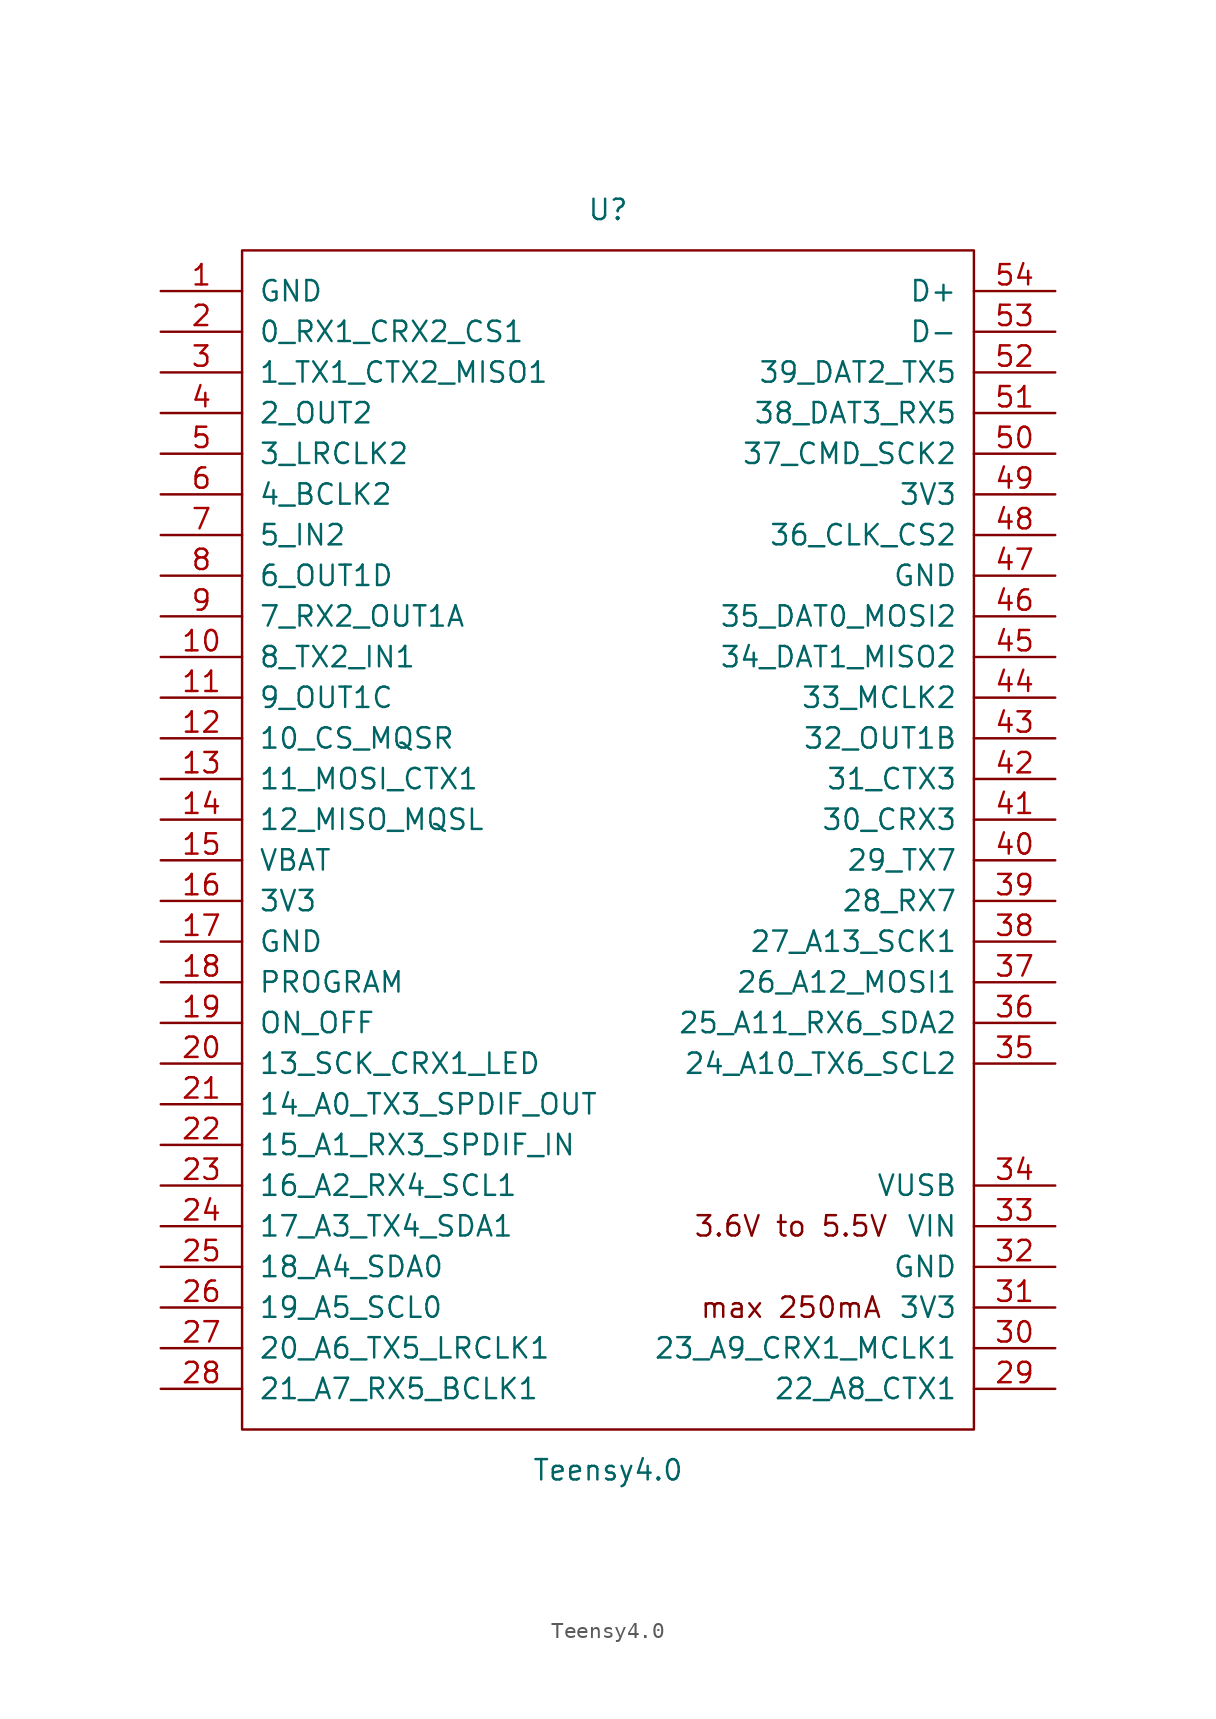
<source format=kicad_sym>
(kicad_symbol_lib
  (version 20220914)
  (generator kicad_symbol_editor)
  (symbol "Teensy4.0"
    (pin_names
      (offset 1.016))
    (property "Reference" "U"
      (at 0 39.37 0)
      (effects (font (size 1.27 1.27))))
    (property "Value" "Teensy4.0"
      (at 0 -39.37 0)
      (effects (font (size 1.27 1.27))))
    (symbol "Teensy4.0_0_0"
      (text "3.6V to 5.5V" (at 11.43 -24.13 0) (effects (font (size 1.27 1.27))))
      (text "max 250mA" (at 11.43 -29.21 0) (effects (font (size 1.27 1.27))))
      (pin bidirectional line (at -27.94 11.43 0) (length 5.08) (name "8_TX2_IN1" (effects (font (size 1.27 1.27)))) (number "10" (effects (font (size 1.27 1.27)))))
      (pin bidirectional line (at -27.94 8.89 0) (length 5.08) (name "9_OUT1C" (effects (font (size 1.27 1.27)))) (number "11" (effects (font (size 1.27 1.27)))))
      (pin bidirectional line (at -27.94 6.35 0) (length 5.08) (name "10_CS_MQSR" (effects (font (size 1.27 1.27)))) (number "12" (effects (font (size 1.27 1.27)))))
      (pin bidirectional line (at -27.94 3.81 0) (length 5.08) (name "11_MOSI_CTX1" (effects (font (size 1.27 1.27)))) (number "13" (effects (font (size 1.27 1.27)))))
      (pin bidirectional line (at -27.94 1.27 0) (length 5.08) (name "12_MISO_MQSL" (effects (font (size 1.27 1.27)))) (number "14" (effects (font (size 1.27 1.27)))))
      (pin power_in line (at -27.94 -1.27 0) (length 5.08) (name "VBAT" (effects (font (size 1.27 1.27)))) (number "15" (effects (font (size 1.27 1.27)))))
      (pin power_in line (at -27.94 -6.35 0) (length 5.08) (name "GND" (effects (font (size 1.27 1.27)))) (number "17" (effects (font (size 1.27 1.27)))))
      (pin input line (at -27.94 -8.89 0) (length 5.08) (name "PROGRAM" (effects (font (size 1.27 1.27)))) (number "18" (effects (font (size 1.27 1.27)))))
      (pin input line (at -27.94 -11.43 0) (length 5.08) (name "ON_OFF" (effects (font (size 1.27 1.27)))) (number "19" (effects (font (size 1.27 1.27)))))
      (pin bidirectional line (at -27.94 -13.97 0) (length 5.08) (name "13_SCK_CRX1_LED" (effects (font (size 1.27 1.27)))) (number "20" (effects (font (size 1.27 1.27)))))
      (pin bidirectional line (at -27.94 -16.51 0) (length 5.08) (name "14_A0_TX3_SPDIF_OUT" (effects (font (size 1.27 1.27)))) (number "21" (effects (font (size 1.27 1.27)))))
      (pin bidirectional line (at -27.94 -19.05 0) (length 5.08) (name "15_A1_RX3_SPDIF_IN" (effects (font (size 1.27 1.27)))) (number "22" (effects (font (size 1.27 1.27)))))
      (pin bidirectional line (at -27.94 -21.59 0) (length 5.08) (name "16_A2_RX4_SCL1" (effects (font (size 1.27 1.27)))) (number "23" (effects (font (size 1.27 1.27)))))
      (pin bidirectional line (at -27.94 -24.13 0) (length 5.08) (name "17_A3_TX4_SDA1" (effects (font (size 1.27 1.27)))) (number "24" (effects (font (size 1.27 1.27)))))
      (pin bidirectional line (at -27.94 -26.67 0) (length 5.08) (name "18_A4_SDA0" (effects (font (size 1.27 1.27)))) (number "25" (effects (font (size 1.27 1.27)))))
      (pin bidirectional line (at -27.94 -29.21 0) (length 5.08) (name "19_A5_SCL0" (effects (font (size 1.27 1.27)))) (number "26" (effects (font (size 1.27 1.27)))))
      (pin bidirectional line (at -27.94 -31.75 0) (length 5.08) (name "20_A6_TX5_LRCLK1" (effects (font (size 1.27 1.27)))) (number "27" (effects (font (size 1.27 1.27)))))
      (pin bidirectional line (at -27.94 -34.29 0) (length 5.08) (name "21_A7_RX5_BCLK1" (effects (font (size 1.27 1.27)))) (number "28" (effects (font (size 1.27 1.27)))))
      (pin bidirectional line (at 27.94 -34.29 180) (length 5.08) (name "22_A8_CTX1" (effects (font (size 1.27 1.27)))) (number "29" (effects (font (size 1.27 1.27)))))
      (pin bidirectional line (at 27.94 -31.75 180) (length 5.08) (name "23_A9_CRX1_MCLK1" (effects (font (size 1.27 1.27)))) (number "30" (effects (font (size 1.27 1.27)))))
      (pin power_in line (at 27.94 -26.67 180) (length 5.08) (name "GND" (effects (font (size 1.27 1.27)))) (number "32" (effects (font (size 1.27 1.27)))))
      (pin power_in line (at 27.94 -24.13 180) (length 5.08) (name "VIN" (effects (font (size 1.27 1.27)))) (number "33" (effects (font (size 1.27 1.27)))))
      (pin power_out line (at 27.94 -21.59 180) (length 5.08) (name "VUSB" (effects (font (size 1.27 1.27)))) (number "34" (effects (font (size 1.27 1.27)))))
      (pin bidirectional line (at 27.94 -13.97 180) (length 5.08) (name "24_A10_TX6_SCL2" (effects (font (size 1.27 1.27)))) (number "35" (effects (font (size 1.27 1.27)))))
      (pin bidirectional line (at 27.94 -11.43 180) (length 5.08) (name "25_A11_RX6_SDA2" (effects (font (size 1.27 1.27)))) (number "36" (effects (font (size 1.27 1.27)))))
      (pin bidirectional line (at 27.94 -8.89 180) (length 5.08) (name "26_A12_MOSI1" (effects (font (size 1.27 1.27)))) (number "37" (effects (font (size 1.27 1.27)))))
      (pin bidirectional line (at 27.94 -6.35 180) (length 5.08) (name "27_A13_SCK1" (effects (font (size 1.27 1.27)))) (number "38" (effects (font (size 1.27 1.27)))))
      (pin bidirectional line (at 27.94 -3.81 180) (length 5.08) (name "28_RX7" (effects (font (size 1.27 1.27)))) (number "39" (effects (font (size 1.27 1.27)))))
      (pin bidirectional line (at 27.94 -1.27 180) (length 5.08) (name "29_TX7" (effects (font (size 1.27 1.27)))) (number "40" (effects (font (size 1.27 1.27)))))
      (pin bidirectional line (at 27.94 1.27 180) (length 5.08) (name "30_CRX3" (effects (font (size 1.27 1.27)))) (number "41" (effects (font (size 1.27 1.27)))))
      (pin bidirectional line (at 27.94 3.81 180) (length 5.08) (name "31_CTX3" (effects (font (size 1.27 1.27)))) (number "42" (effects (font (size 1.27 1.27)))))
      (pin bidirectional line (at 27.94 6.35 180) (length 5.08) (name "32_OUT1B" (effects (font (size 1.27 1.27)))) (number "43" (effects (font (size 1.27 1.27)))))
      (pin bidirectional line (at 27.94 8.89 180) (length 5.08) (name "33_MCLK2" (effects (font (size 1.27 1.27)))) (number "44" (effects (font (size 1.27 1.27)))))
      (pin bidirectional line (at 27.94 11.43 180) (length 5.08) (name "34_DAT1_MISO2" (effects (font (size 1.27 1.27)))) (number "45" (effects (font (size 1.27 1.27)))))
      (pin bidirectional line (at 27.94 13.97 180) (length 5.08) (name "35_DAT0_MOSI2" (effects (font (size 1.27 1.27)))) (number "46" (effects (font (size 1.27 1.27)))))
      (pin power_out line (at 27.94 16.51 180) (length 5.08) (name "GND" (effects (font (size 1.27 1.27)))) (number "47" (effects (font (size 1.27 1.27)))))
      (pin bidirectional line (at 27.94 19.05 180) (length 5.08) (name "36_CLK_CS2" (effects (font (size 1.27 1.27)))) (number "48" (effects (font (size 1.27 1.27)))))
      (pin bidirectional line (at -27.94 24.13 0) (length 5.08) (name "3_LRCLK2" (effects (font (size 1.27 1.27)))) (number "5" (effects (font (size 1.27 1.27)))))
      (pin bidirectional line (at 27.94 24.13 180) (length 5.08) (name "37_CMD_SCK2" (effects (font (size 1.27 1.27)))) (number "50" (effects (font (size 1.27 1.27)))))
      (pin bidirectional line (at 27.94 26.67 180) (length 5.08) (name "38_DAT3_RX5" (effects (font (size 1.27 1.27)))) (number "51" (effects (font (size 1.27 1.27)))))
      (pin bidirectional line (at 27.94 29.21 180) (length 5.08) (name "39_DAT2_TX5" (effects (font (size 1.27 1.27)))) (number "52" (effects (font (size 1.27 1.27)))))
      (pin bidirectional line (at 27.94 31.75 180) (length 5.08) (name "D-" (effects (font (size 1.27 1.27)))) (number "53" (effects (font (size 1.27 1.27)))))
      (pin bidirectional line (at 27.94 34.29 180) (length 5.08) (name "D+" (effects (font (size 1.27 1.27)))) (number "54" (effects (font (size 1.27 1.27)))))
      (pin bidirectional line (at -27.94 21.59 0) (length 5.08) (name "4_BCLK2" (effects (font (size 1.27 1.27)))) (number "6" (effects (font (size 1.27 1.27)))))
      (pin bidirectional line (at -27.94 19.05 0) (length 5.08) (name "5_IN2" (effects (font (size 1.27 1.27)))) (number "7" (effects (font (size 1.27 1.27)))))
      (pin bidirectional line (at -27.94 16.51 0) (length 5.08) (name "6_OUT1D" (effects (font (size 1.27 1.27)))) (number "8" (effects (font (size 1.27 1.27)))))
      (pin bidirectional line (at -27.94 13.97 0) (length 5.08) (name "7_RX2_OUT1A" (effects (font (size 1.27 1.27)))) (number "9" (effects (font (size 1.27 1.27))))))
    (symbol "Teensy4.0_0_1"
      (rectangle (start -22.86 36.83) (end 22.86 -36.83) (stroke (width 0) (type solid)) (fill (type none)))
      (rectangle (start -20.32 -31.75) (end -20.32 -31.75) (stroke (width 0) (type solid)) (fill (type none))))
    (symbol "Teensy4.0_1_0"
      (pin passive line (at -27.94 -3.81 0) (length 5.08) (name "3V3" (effects (font (size 1.27 1.27)))) (number "16" (effects (font (size 1.27 1.27)))))
      (pin power_out line (at 27.94 -29.21 180) (length 5.08) (name "3V3" (effects (font (size 1.27 1.27)))) (number "31" (effects (font (size 1.27 1.27)))))
      (pin passive line (at 27.94 21.59 180) (length 5.08) (name "3V3" (effects (font (size 1.27 1.27)))) (number "49" (effects (font (size 1.27 1.27))))))
    (symbol "Teensy4.0_1_1"
      (pin power_in line (at -27.94 34.29 0) (length 5.08) (name "GND" (effects (font (size 1.27 1.27)))) (number "1" (effects (font (size 1.27 1.27)))))
      (pin bidirectional line (at -27.94 31.75 0) (length 5.08) (name "0_RX1_CRX2_CS1" (effects (font (size 1.27 1.27)))) (number "2" (effects (font (size 1.27 1.27)))))
      (pin bidirectional line (at -27.94 29.21 0) (length 5.08) (name "1_TX1_CTX2_MISO1" (effects (font (size 1.27 1.27)))) (number "3" (effects (font (size 1.27 1.27)))))
      (pin bidirectional line (at -27.94 26.67 0) (length 5.08) (name "2_OUT2" (effects (font (size 1.27 1.27)))) (number "4" (effects (font (size 1.27 1.27))))))))
</source>
